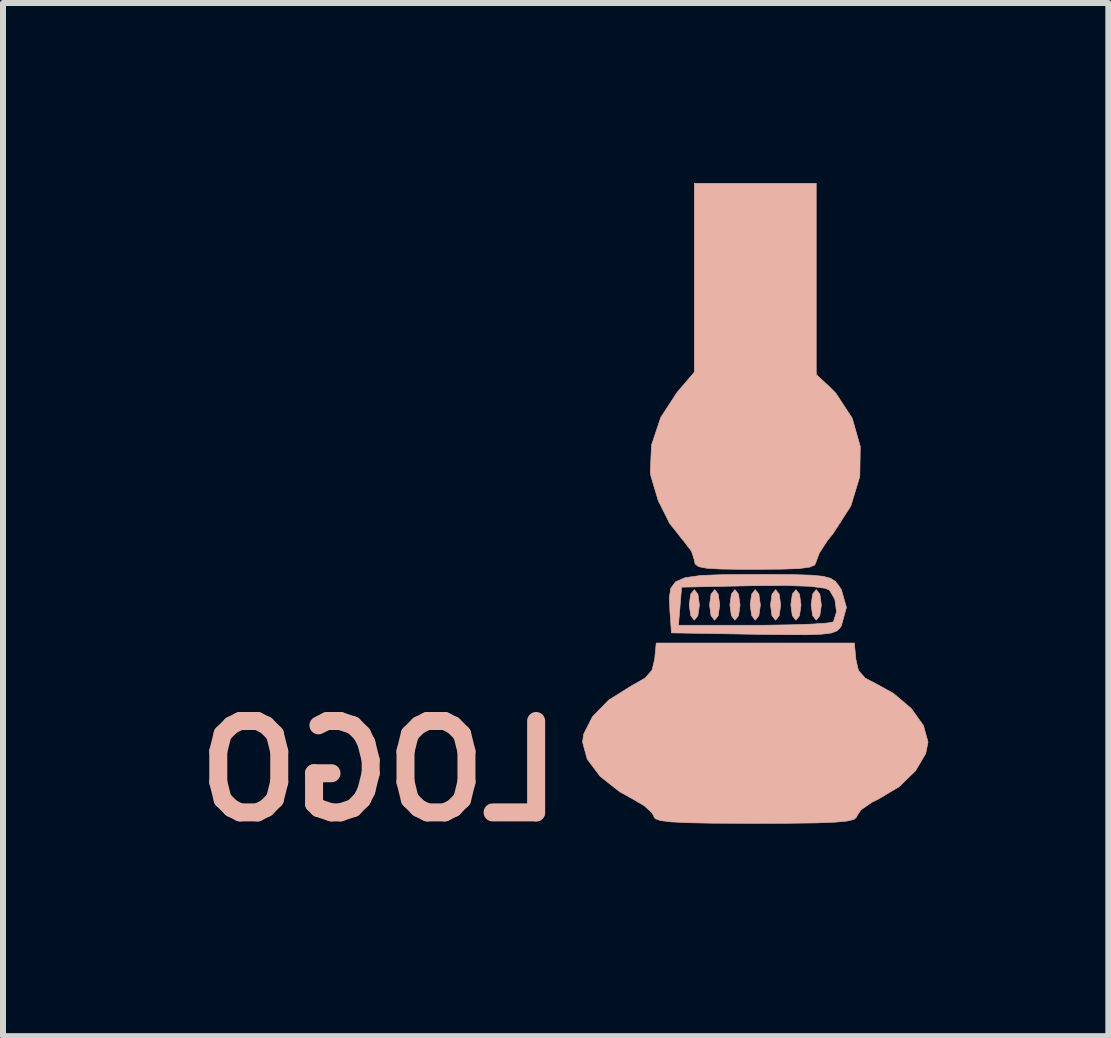
<source format=kicad_pcb>
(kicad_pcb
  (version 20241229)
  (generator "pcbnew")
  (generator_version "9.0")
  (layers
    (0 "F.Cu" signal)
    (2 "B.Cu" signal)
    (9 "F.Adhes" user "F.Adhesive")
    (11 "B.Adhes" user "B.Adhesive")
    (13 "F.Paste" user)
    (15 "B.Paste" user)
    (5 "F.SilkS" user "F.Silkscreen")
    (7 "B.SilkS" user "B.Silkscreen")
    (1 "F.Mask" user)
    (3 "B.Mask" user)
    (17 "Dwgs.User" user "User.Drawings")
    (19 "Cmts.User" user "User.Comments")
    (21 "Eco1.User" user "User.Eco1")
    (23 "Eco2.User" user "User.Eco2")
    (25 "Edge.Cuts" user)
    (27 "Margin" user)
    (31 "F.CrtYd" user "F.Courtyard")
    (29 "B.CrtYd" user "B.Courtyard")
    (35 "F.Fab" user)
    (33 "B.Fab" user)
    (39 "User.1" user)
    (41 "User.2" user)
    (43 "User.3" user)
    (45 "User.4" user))
  (footprint "LOGO"
    (layer "F.Cu")
    (at 7.849 0.981)
    (property "Reference" "LOGO" (at -4.576 8.82 180) (layer "B.SilkS") (effects (font (size 1.524 1.524) (thickness 0.3)) (justify mirror)))
    (attr through_hole)
    (fp_poly (pts (xy 0.613 5.87) (xy 0.588 6.048) (xy 0.588 6.051) (xy 0.613 6.229) (xy 0.672 6.305) (xy 0.673 6.305) (xy 0.732 6.231) (xy 0.758 6.054) (xy 0.758 6.051) (xy 0.733 5.873) (xy 0.674 5.797) (xy 0.673 5.797) (xy 0.613 5.87)) (stroke (width 0.01) (type solid)) (fill yes) (layer "B.SilkS"))
    (fp_poly (pts (xy 0.952 5.87) (xy 0.927 6.048) (xy 0.927 6.051) (xy 0.951 6.229) (xy 1.01 6.305) (xy 1.012 6.305) (xy 1.071 6.231) (xy 1.096 6.054) (xy 1.096 6.051) (xy 1.072 5.873) (xy 1.013 5.797) (xy 1.012 5.797) (xy 0.952 5.87)) (stroke (width 0.01) (type solid)) (fill yes) (layer "B.SilkS"))
    (fp_poly (pts (xy 1.291 5.87) (xy 1.266 6.048) (xy 1.266 6.051) (xy 1.29 6.229) (xy 1.349 6.305) (xy 1.35 6.305) (xy 1.41 6.231) (xy 1.435 6.054) (xy 1.435 6.051) (xy 1.41 5.873) (xy 1.351 5.797) (xy 1.35 5.797) (xy 1.291 5.87)) (stroke (width 0.01) (type solid)) (fill yes) (layer "B.SilkS"))
    (fp_poly (pts (xy 1.629 5.87) (xy 1.604 6.048) (xy 1.604 6.051) (xy 1.629 6.229) (xy 1.688 6.305) (xy 1.689 6.305) (xy 1.748 6.231) (xy 1.774 6.054) (xy 1.774 6.051) (xy 1.749 5.873) (xy 1.69 5.797) (xy 1.689 5.797) (xy 1.629 5.87)) (stroke (width 0.01) (type solid)) (fill yes) (layer "B.SilkS"))
    (fp_poly (pts (xy 1.968 5.87) (xy 1.943 6.048) (xy 1.943 6.051) (xy 1.967 6.229) (xy 2.026 6.305) (xy 2.028 6.305) (xy 2.087 6.231) (xy 2.112 6.054) (xy 2.112 6.051) (xy 2.088 5.873) (xy 2.029 5.797) (xy 2.028 5.797) (xy 1.968 5.87)) (stroke (width 0.01) (type solid)) (fill yes) (layer "B.SilkS"))
    (fp_poly (pts (xy 2.307 5.87) (xy 2.282 6.048) (xy 2.282 6.051) (xy 2.306 6.229) (xy 2.365 6.305) (xy 2.366 6.305) (xy 2.426 6.231) (xy 2.451 6.054) (xy 2.451 6.051) (xy 2.426 5.873) (xy 2.367 5.797) (xy 2.366 5.797) (xy 2.307 5.87)) (stroke (width 0.01) (type solid)) (fill yes) (layer "B.SilkS"))
    (fp_poly (pts (xy 2.645 5.87) (xy 2.62 6.048) (xy 2.62 6.051) (xy 2.645 6.229) (xy 2.704 6.305) (xy 2.705 6.305) (xy 2.764 6.231) (xy 2.79 6.054) (xy 2.79 6.051) (xy 2.765 5.873) (xy 2.706 5.797) (xy 2.705 5.797) (xy 2.645 5.87)) (stroke (width 0.01) (type solid)) (fill yes) (layer "B.SilkS"))
    (fp_poly (pts (xy 0.673 2.172) (xy 0.387 2.506) (xy 0.114 2.925) (xy -0.04 3.385) (xy -0.061 3.834) (xy -0.05 3.906) (xy 0.071 4.311) (xy 0.261 4.691) (xy 0.486 4.976) (xy 0.495 4.985) (xy 0.627 5.157) (xy 0.673 5.302) (xy 0.686 5.368) (xy 0.744 5.413) (xy 0.874 5.439) (xy 1.105 5.453) (xy 1.465 5.458) (xy 1.689 5.458) (xy 2.124 5.455) (xy 2.416 5.445) (xy 2.592 5.422) (xy 2.68 5.385) (xy 2.705 5.329) (xy 2.705 5.324) (xy 2.757 5.185) (xy 2.89 4.981) (xy 2.988 4.858) (xy 3.281 4.403) (xy 3.431 3.911) (xy 3.439 3.412) (xy 3.305 2.939) (xy 3.031 2.521) (xy 2.928 2.417) (xy 2.705 2.211) (xy 2.705 -0.976) (xy 0.673 -0.976) (xy 0.673 2.172)) (stroke (width 0.01) (type solid)) (fill yes) (layer "B.SilkS"))
    (fp_poly (pts (xy 0.012 6.956) (xy -0.032 7.138) (xy -0.149 7.271) (xy -0.383 7.404) (xy -0.388 7.407) (xy -0.754 7.637) (xy -1.024 7.913) (xy -1.171 8.203) (xy -1.19 8.337) (xy -1.112 8.622) (xy -0.896 8.909) (xy -0.57 9.166) (xy -0.383 9.269) (xy -0.164 9.397) (xy -0.027 9.52) (xy -0.004 9.572) (xy 0.021 9.614) (xy 0.111 9.645) (xy 0.286 9.667) (xy 0.565 9.681) (xy 0.968 9.689) (xy 1.515 9.691) (xy 1.689 9.692) (xy 2.275 9.69) (xy 2.713 9.684) (xy 3.022 9.672) (xy 3.222 9.653) (xy 3.334 9.625) (xy 3.379 9.587) (xy 3.382 9.569) (xy 3.453 9.464) (xy 3.634 9.34) (xy 3.745 9.285) (xy 4.088 9.08) (xy 4.361 8.814) (xy 4.53 8.528) (xy 4.568 8.337) (xy 4.492 8.061) (xy 4.289 7.777) (xy 3.993 7.526) (xy 3.75 7.391) (xy 3.52 7.27) (xy 3.407 7.141) (xy 3.366 6.959) (xy 3.34 6.686) (xy 0.038 6.686) (xy 0.012 6.956)) (stroke (width 0.01) (type solid)) (fill yes) (layer "B.SilkS"))
    (fp_poly (pts (xy 1.164 5.546) (xy 0.78 5.56) (xy 0.52 5.597) (xy 0.361 5.665) (xy 0.281 5.773) (xy 0.256 5.932) (xy 0.266 6.15) (xy 0.292 6.517) (xy 1.664 6.54) (xy 2.176 6.547) (xy 2.545 6.548) (xy 2.796 6.539) (xy 2.956 6.519) (xy 3.05 6.484) (xy 3.103 6.432) (xy 3.124 6.397) (xy 3.188 6.165) (xy 3.043 6.165) (xy 2.994 6.325) (xy 2.987 6.333) (xy 2.887 6.353) (xy 2.648 6.37) (xy 2.303 6.382) (xy 1.881 6.389) (xy 1.67 6.39) (xy 0.409 6.39) (xy 0.435 6.072) (xy 0.461 5.755) (xy 1.635 5.731) (xy 2.203 5.727) (xy 2.606 5.741) (xy 2.851 5.773) (xy 2.926 5.805) (xy 3.016 5.96) (xy 3.043 6.165) (xy 3.188 6.165) (xy 3.208 6.093) (xy 3.124 5.798) (xy 3.081 5.731) (xy 3.022 5.658) (xy 2.944 5.607) (xy 2.82 5.574) (xy 2.621 5.555) (xy 2.32 5.546) (xy 1.887 5.543) (xy 1.694 5.543) (xy 1.164 5.546)) (stroke (width 0.01) (type solid)) (fill yes) (layer "B.SilkS")))
  (gr_rect
    (start -3 -3)
    (end 15.422 14.219)
    (stroke (width 0.1) (type default))
    (fill no)
    (layer "Edge.Cuts")))
</source>
